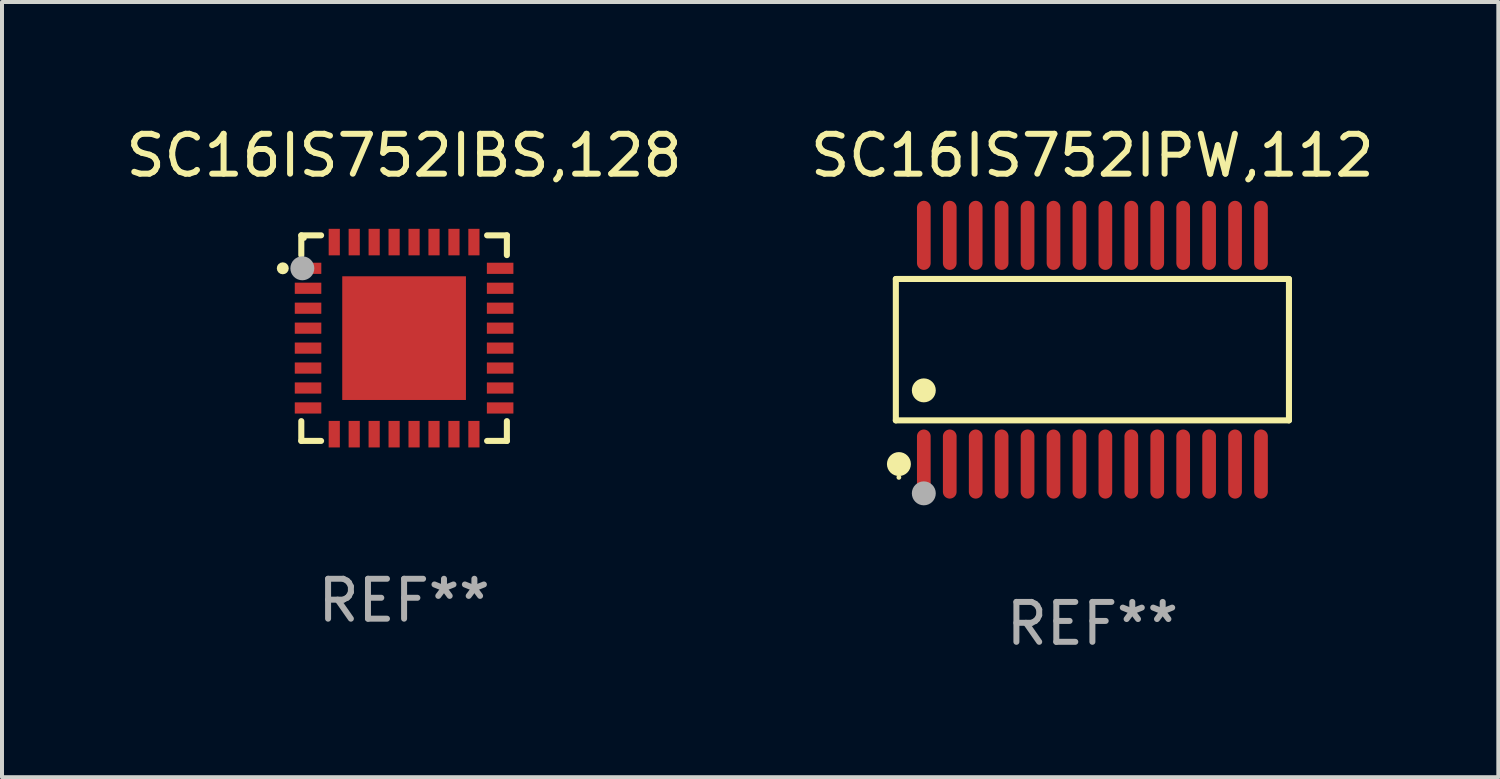
<source format=kicad_pcb>
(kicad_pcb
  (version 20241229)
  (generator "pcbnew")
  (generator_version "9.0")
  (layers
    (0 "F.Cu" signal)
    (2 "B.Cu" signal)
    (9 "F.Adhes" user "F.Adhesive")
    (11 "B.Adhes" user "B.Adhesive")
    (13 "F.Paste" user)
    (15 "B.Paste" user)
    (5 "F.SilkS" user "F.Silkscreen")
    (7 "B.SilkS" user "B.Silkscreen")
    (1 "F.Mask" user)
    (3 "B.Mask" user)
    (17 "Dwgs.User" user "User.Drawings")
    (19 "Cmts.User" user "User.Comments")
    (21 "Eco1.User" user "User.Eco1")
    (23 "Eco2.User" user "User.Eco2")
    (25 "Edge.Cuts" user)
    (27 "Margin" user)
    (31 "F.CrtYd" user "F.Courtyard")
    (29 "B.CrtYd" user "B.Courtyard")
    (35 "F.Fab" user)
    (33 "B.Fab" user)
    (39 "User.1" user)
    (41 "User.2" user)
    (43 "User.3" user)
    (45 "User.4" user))
  (footprint "SC16IS752IPW,112"
    (layer "F.Cu")
    (at 24.327 5.714)
    (property "Reference" "SC16IS752IPW,112" (at 0 -4.866 0) (layer "F.SilkS") (effects (font (size 1 1) (thickness 0.15))))
    (attr through_hole)
    (fp_line (start -4.926 -1.772) (end 4.926 -1.772) (stroke (width 0.152) (type solid)) (layer "F.SilkS"))
    (fp_line (start -4.926 1.771) (end -4.926 -1.772) (stroke (width 0.152) (type solid)) (layer "F.SilkS"))
    (fp_line (start 4.926 -1.772) (end 4.926 1.771) (stroke (width 0.152) (type solid)) (layer "F.SilkS"))
    (fp_line (start 4.926 1.771) (end -4.926 1.771) (stroke (width 0.152) (type solid)) (layer "F.SilkS"))
    (fp_circle (center -4.85 3.2) (end -4.82 3.2) (stroke (width 0.06) (type solid)) (fill no) (layer "F.SilkS"))
    (fp_circle (center -4.849 2.866) (end -4.699 2.866) (stroke (width 0.3) (type solid)) (fill no) (layer "F.SilkS"))
    (fp_circle (center -4.225 1.019) (end -4.075 1.019) (stroke (width 0.3) (type solid)) (fill no) (layer "F.SilkS"))
    (fp_circle (center -4.225 3.6) (end -4.075 3.6) (stroke (width 0.3) (type solid)) (fill no) (layer "F.Fab"))
    (fp_text user "REF**" (at 0 6.866 0) (layer "F.Fab") (effects (font (size 1 1) (thickness 0.15))))
    (pad "1" smd oval (at -4.225 2.866) (size 0.343 1.731) (layers "F.Cu" "F.Mask" "F.Paste"))
    (pad "2" smd oval (at -3.575 2.866) (size 0.343 1.731) (layers "F.Cu" "F.Mask" "F.Paste"))
    (pad "3" smd oval (at -2.925 2.866) (size 0.343 1.731) (layers "F.Cu" "F.Mask" "F.Paste"))
    (pad "4" smd oval (at -2.275 2.866) (size 0.343 1.731) (layers "F.Cu" "F.Mask" "F.Paste"))
    (pad "5" smd oval (at -1.625 2.866) (size 0.343 1.731) (layers "F.Cu" "F.Mask" "F.Paste"))
    (pad "6" smd oval (at -0.975 2.866) (size 0.343 1.731) (layers "F.Cu" "F.Mask" "F.Paste"))
    (pad "7" smd oval (at -0.325 2.866) (size 0.343 1.731) (layers "F.Cu" "F.Mask" "F.Paste"))
    (pad "8" smd oval (at 0.325 2.866) (size 0.343 1.731) (layers "F.Cu" "F.Mask" "F.Paste"))
    (pad "9" smd oval (at 0.975 2.866) (size 0.343 1.731) (layers "F.Cu" "F.Mask" "F.Paste"))
    (pad "10" smd oval (at 1.625 2.866) (size 0.343 1.731) (layers "F.Cu" "F.Mask" "F.Paste"))
    (pad "11" smd oval (at 2.275 2.866) (size 0.343 1.731) (layers "F.Cu" "F.Mask" "F.Paste"))
    (pad "12" smd oval (at 2.925 2.866) (size 0.343 1.731) (layers "F.Cu" "F.Mask" "F.Paste"))
    (pad "13" smd oval (at 3.575 2.866) (size 0.343 1.731) (layers "F.Cu" "F.Mask" "F.Paste"))
    (pad "14" smd oval (at 4.225 2.866) (size 0.343 1.731) (layers "F.Cu" "F.Mask" "F.Paste"))
    (pad "15" smd oval (at 4.225 -2.866) (size 0.343 1.731) (layers "F.Cu" "F.Mask" "F.Paste"))
    (pad "16" smd oval (at 3.575 -2.866) (size 0.343 1.731) (layers "F.Cu" "F.Mask" "F.Paste"))
    (pad "17" smd oval (at 2.925 -2.866) (size 0.343 1.731) (layers "F.Cu" "F.Mask" "F.Paste"))
    (pad "18" smd oval (at 2.275 -2.866) (size 0.343 1.731) (layers "F.Cu" "F.Mask" "F.Paste"))
    (pad "19" smd oval (at 1.625 -2.866) (size 0.343 1.731) (layers "F.Cu" "F.Mask" "F.Paste"))
    (pad "20" smd oval (at 0.975 -2.866) (size 0.343 1.731) (layers "F.Cu" "F.Mask" "F.Paste"))
    (pad "21" smd oval (at 0.325 -2.866) (size 0.343 1.731) (layers "F.Cu" "F.Mask" "F.Paste"))
    (pad "22" smd oval (at -0.325 -2.866) (size 0.343 1.731) (layers "F.Cu" "F.Mask" "F.Paste"))
    (pad "23" smd oval (at -0.975 -2.866) (size 0.343 1.731) (layers "F.Cu" "F.Mask" "F.Paste"))
    (pad "24" smd oval (at -1.625 -2.866) (size 0.343 1.731) (layers "F.Cu" "F.Mask" "F.Paste"))
    (pad "25" smd oval (at -2.275 -2.866) (size 0.343 1.731) (layers "F.Cu" "F.Mask" "F.Paste"))
    (pad "26" smd oval (at -2.925 -2.866) (size 0.343 1.731) (layers "F.Cu" "F.Mask" "F.Paste"))
    (pad "27" smd oval (at -3.575 -2.866) (size 0.343 1.731) (layers "F.Cu" "F.Mask" "F.Paste"))
    (pad "28" smd oval (at -4.225 -2.866) (size 0.343 1.731) (layers "F.Cu" "F.Mask" "F.Paste")))
  (footprint "SC16IS752IBS,128"
    (layer "F.Cu")
    (at 7.077 5.424)
    (property "Reference" "SC16IS752IBS,128" (at 0 -4.576 0) (layer "F.SilkS") (effects (font (size 1 1) (thickness 0.15))))
    (attr through_hole)
    (fp_line (start -2.576 -2.576) (end -2.576 -2.08) (stroke (width 0.152) (type solid)) (layer "F.SilkS"))
    (fp_line (start -2.576 2.576) (end -2.576 2.08) (stroke (width 0.152) (type solid)) (layer "F.SilkS"))
    (fp_line (start -2.08 -2.576) (end -2.576 -2.576) (stroke (width 0.152) (type solid)) (layer "F.SilkS"))
    (fp_line (start -2.08 2.576) (end -2.576 2.576) (stroke (width 0.152) (type solid)) (layer "F.SilkS"))
    (fp_line (start 2.08 -2.576) (end 2.576 -2.576) (stroke (width 0.152) (type solid)) (layer "F.SilkS"))
    (fp_line (start 2.08 2.576) (end 2.576 2.576) (stroke (width 0.152) (type solid)) (layer "F.SilkS"))
    (fp_line (start 2.576 -2.576) (end 2.576 -2.08) (stroke (width 0.152) (type solid)) (layer "F.SilkS"))
    (fp_line (start 2.576 2.576) (end 2.576 2.08) (stroke (width 0.152) (type solid)) (layer "F.SilkS"))
    (fp_circle (center -3.04 -1.75) (end -2.965 -1.75) (stroke (width 0.15) (type solid)) (fill no) (layer "F.SilkS"))
    (fp_circle (center -2.5 -2.5) (end -2.47 -2.5) (stroke (width 0.06) (type solid)) (fill no) (layer "F.SilkS"))
    (fp_circle (center -2.55 -1.75) (end -2.4 -1.75) (stroke (width 0.3) (type solid)) (fill no) (layer "F.Fab"))
    (fp_text user "REF**" (at 0 6.576 0) (layer "F.Fab") (effects (font (size 1 1) (thickness 0.15))))
    (pad "1" smd rect (at -2.407 -1.75) (size 0.665 0.28) (layers "F.Cu" "F.Mask" "F.Paste"))
    (pad "2" smd rect (at -2.407 -1.25) (size 0.665 0.28) (layers "F.Cu" "F.Mask" "F.Paste"))
    (pad "3" smd rect (at -2.407 -0.75) (size 0.665 0.28) (layers "F.Cu" "F.Mask" "F.Paste"))
    (pad "4" smd rect (at -2.407 -0.25) (size 0.665 0.28) (layers "F.Cu" "F.Mask" "F.Paste"))
    (pad "5" smd rect (at -2.407 0.25) (size 0.665 0.28) (layers "F.Cu" "F.Mask" "F.Paste"))
    (pad "6" smd rect (at -2.407 0.75) (size 0.665 0.28) (layers "F.Cu" "F.Mask" "F.Paste"))
    (pad "7" smd rect (at -2.407 1.25) (size 0.665 0.28) (layers "F.Cu" "F.Mask" "F.Paste"))
    (pad "8" smd rect (at -2.407 1.75) (size 0.665 0.28) (layers "F.Cu" "F.Mask" "F.Paste"))
    (pad "9" smd rect (at -1.75 2.407) (size 0.28 0.665) (layers "F.Cu" "F.Mask" "F.Paste"))
    (pad "10" smd rect (at -1.25 2.407) (size 0.28 0.665) (layers "F.Cu" "F.Mask" "F.Paste"))
    (pad "11" smd rect (at -0.75 2.407) (size 0.28 0.665) (layers "F.Cu" "F.Mask" "F.Paste"))
    (pad "12" smd rect (at -0.25 2.407) (size 0.28 0.665) (layers "F.Cu" "F.Mask" "F.Paste"))
    (pad "13" smd rect (at 0.25 2.407) (size 0.28 0.665) (layers "F.Cu" "F.Mask" "F.Paste"))
    (pad "14" smd rect (at 0.75 2.407) (size 0.28 0.665) (layers "F.Cu" "F.Mask" "F.Paste"))
    (pad "15" smd rect (at 1.25 2.407) (size 0.28 0.665) (layers "F.Cu" "F.Mask" "F.Paste"))
    (pad "16" smd rect (at 1.75 2.407) (size 0.28 0.665) (layers "F.Cu" "F.Mask" "F.Paste"))
    (pad "17" smd rect (at 2.407 1.75) (size 0.665 0.28) (layers "F.Cu" "F.Mask" "F.Paste"))
    (pad "18" smd rect (at 2.407 1.25) (size 0.665 0.28) (layers "F.Cu" "F.Mask" "F.Paste"))
    (pad "19" smd rect (at 2.407 0.75) (size 0.665 0.28) (layers "F.Cu" "F.Mask" "F.Paste"))
    (pad "20" smd rect (at 2.407 0.25) (size 0.665 0.28) (layers "F.Cu" "F.Mask" "F.Paste"))
    (pad "21" smd rect (at 2.407 -0.25) (size 0.665 0.28) (layers "F.Cu" "F.Mask" "F.Paste"))
    (pad "22" smd rect (at 2.407 -0.75) (size 0.665 0.28) (layers "F.Cu" "F.Mask" "F.Paste"))
    (pad "23" smd rect (at 2.407 -1.25) (size 0.665 0.28) (layers "F.Cu" "F.Mask" "F.Paste"))
    (pad "24" smd rect (at 2.407 -1.75) (size 0.665 0.28) (layers "F.Cu" "F.Mask" "F.Paste"))
    (pad "25" smd rect (at 1.75 -2.407) (size 0.28 0.665) (layers "F.Cu" "F.Mask" "F.Paste"))
    (pad "26" smd rect (at 1.25 -2.407) (size 0.28 0.665) (layers "F.Cu" "F.Mask" "F.Paste"))
    (pad "27" smd rect (at 0.75 -2.407) (size 0.28 0.665) (layers "F.Cu" "F.Mask" "F.Paste"))
    (pad "28" smd rect (at 0.25 -2.407) (size 0.28 0.665) (layers "F.Cu" "F.Mask" "F.Paste"))
    (pad "29" smd rect (at -0.25 -2.407) (size 0.28 0.665) (layers "F.Cu" "F.Mask" "F.Paste"))
    (pad "30" smd rect (at -0.75 -2.407) (size 0.28 0.665) (layers "F.Cu" "F.Mask" "F.Paste"))
    (pad "31" smd rect (at -1.25 -2.407) (size 0.28 0.665) (layers "F.Cu" "F.Mask" "F.Paste"))
    (pad "32" smd rect (at -1.75 -2.407) (size 0.28 0.665) (layers "F.Cu" "F.Mask" "F.Paste"))
    (pad "33" smd rect (at 0 0) (size 3.1 3.1) (layers "F.Cu" "F.Mask" "F.Paste")))
  (gr_rect
    (start -3 -3)
    (end 34.5 16.428)
    (stroke (width 0.1) (type default))
    (fill no)
    (layer "Edge.Cuts")))
</source>
